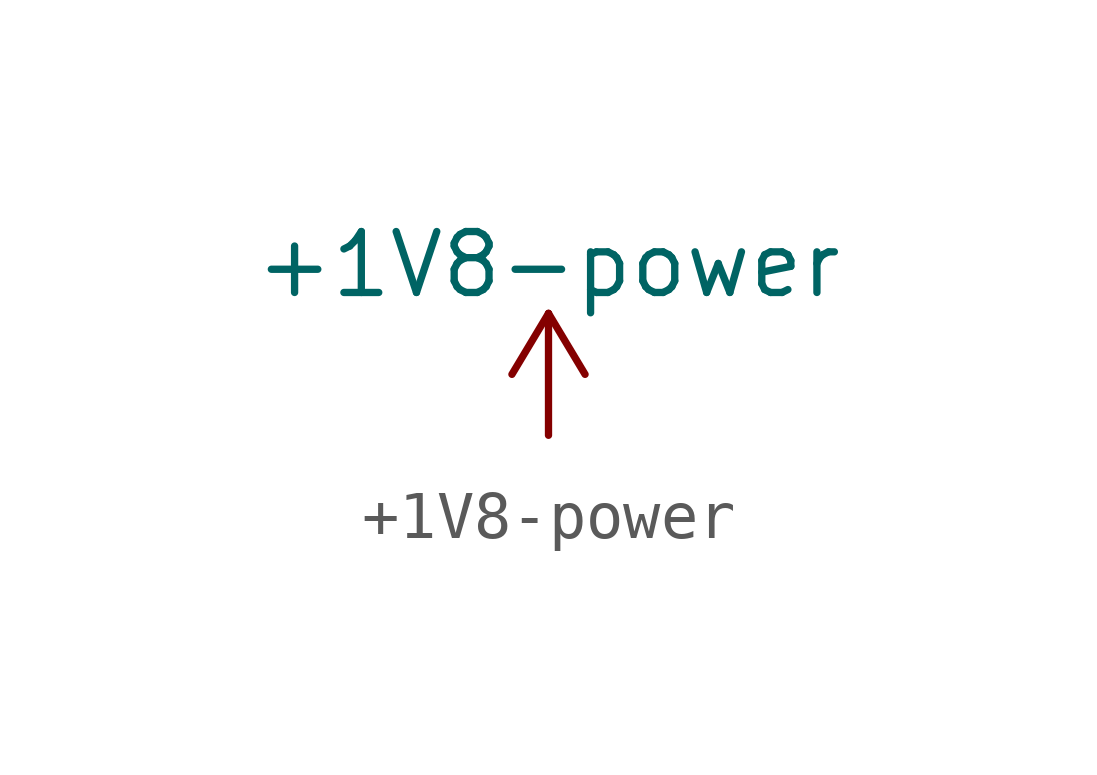
<source format=kicad_sym>
(kicad_symbol_lib
  (version 20200126)
  (host kicad_symbol_editor "(5.99.0-2809-gaceed2b0a4)")
  (symbol "LCD_Board-rescue:+1V8-power"
    (power)
    (pin_names
      (offset 0))
    (property "Reference" "#PWR"
      (at 0 -3.81 0)
      (effects (font (size 1.27 1.27)) hide))
    (property "Value" "+1V8-power"
      (at 0 3.556 0)
      (effects (font (size 1.27 1.27))))
    (symbol "+1V8-power_0_1"
      (polyline (pts (xy -0.762 1.27) (xy 0 2.54)) (stroke (width 0)) (fill (type none)))
      (polyline (pts (xy 0 0) (xy 0 2.54)) (stroke (width 0)) (fill (type none)))
      (polyline (pts (xy 0 2.54) (xy 0.762 1.27)) (stroke (width 0)) (fill (type none))))
    (symbol "+1V8-power_1_1"
      (pin power_in line (at 0 0 90) (length 0) hide (name "+1V8" (effects (font (size 1.27 1.27)))) (number "1" (effects (font (size 1.27 1.27))))))))
</source>
